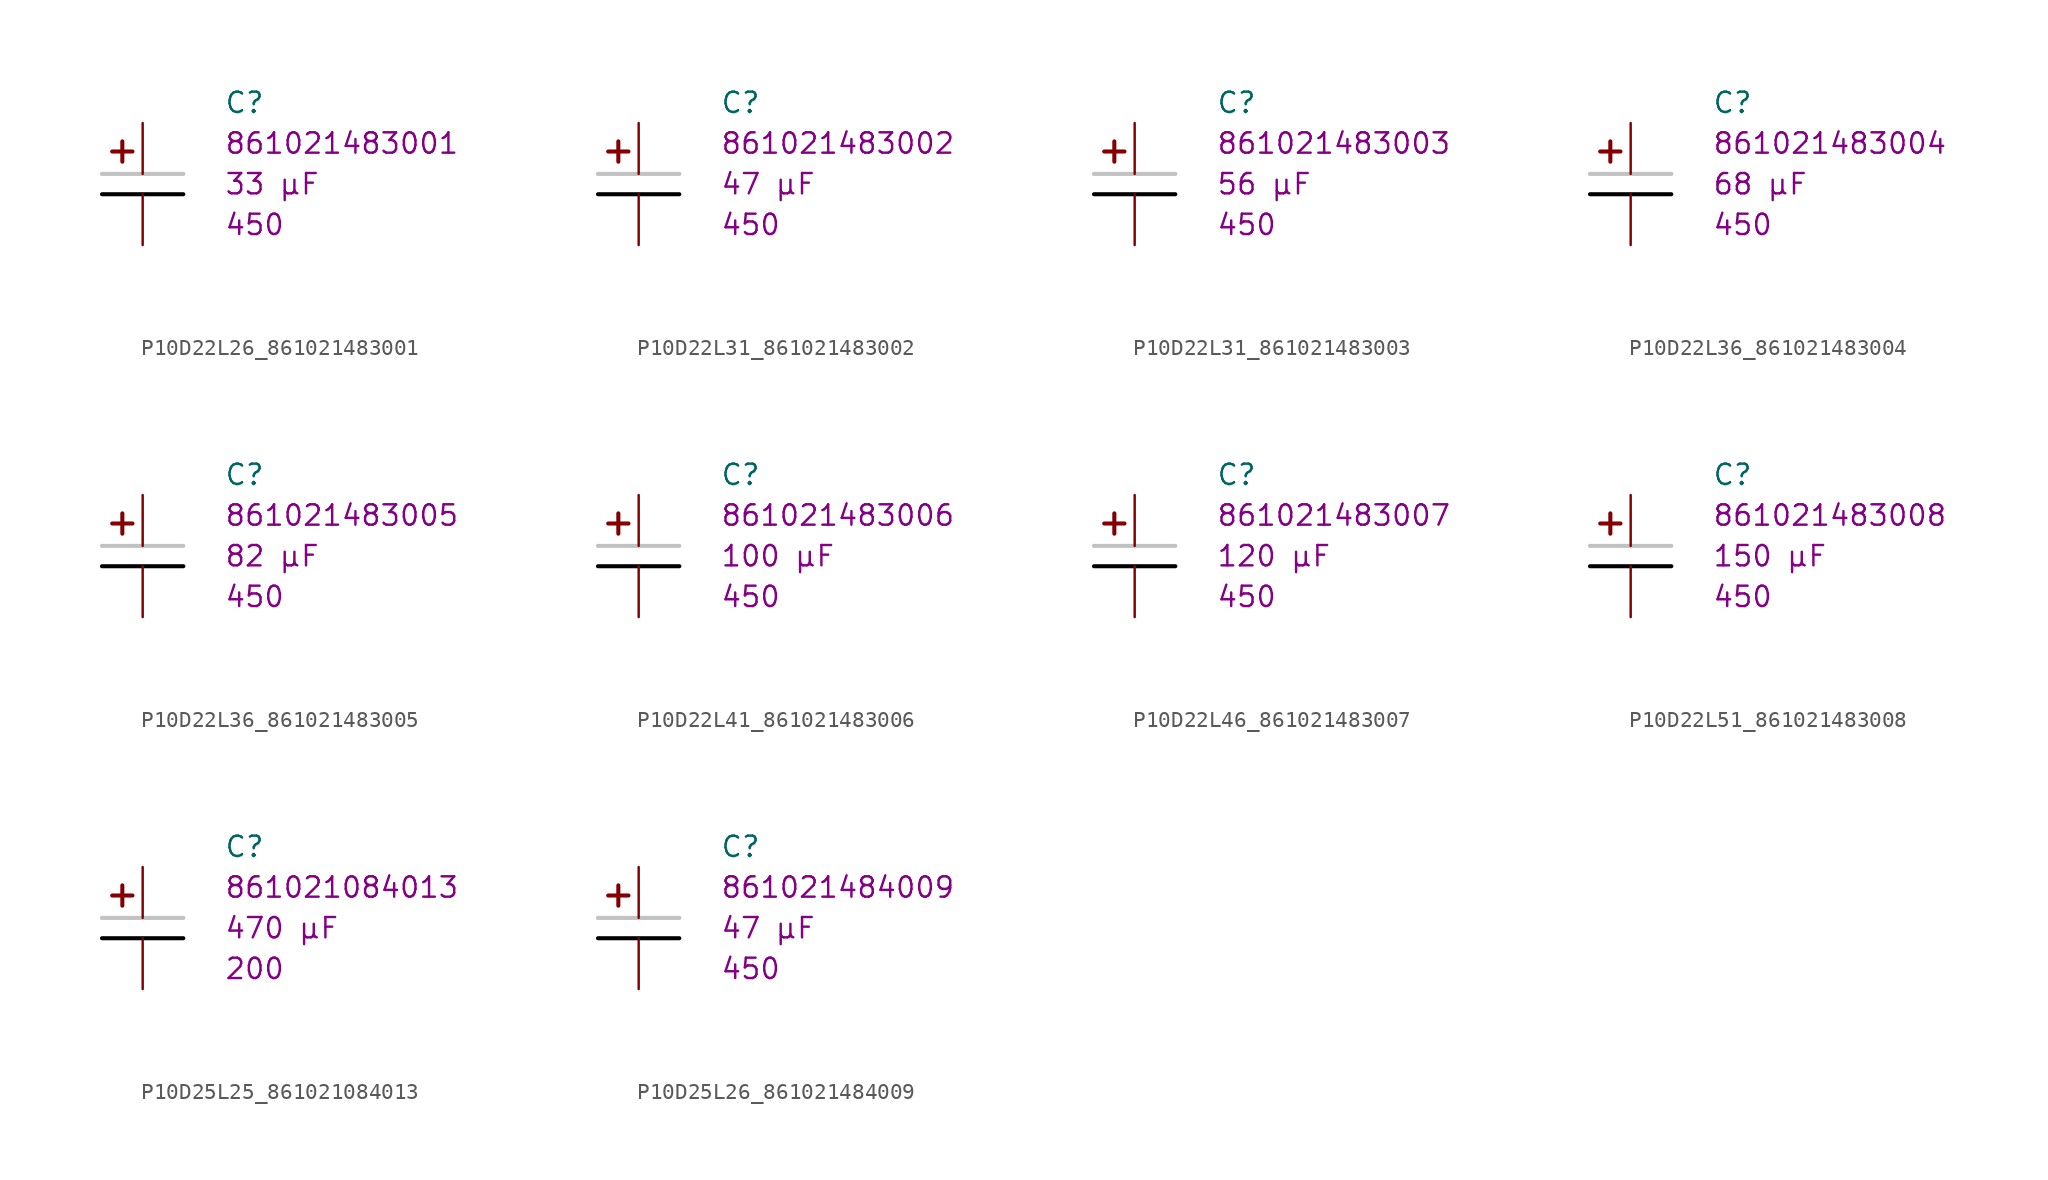
<source format=kicad_sym>
(kicad_symbol_lib
  (version 20220914)
  (generator kicad_symbol_editor)
  (symbol "P10D22L26_861021483001"
    (pin_numbers hide)
    (pin_names hide)
    (property "Reference" "C"
      (at 5.08 5.08 0)
      (effects (font (size 1.27 1.27)) (justify left)))
    (property "Part Number" "861021483001"
      (at 5.08 2.54 0)
      (effects (font (size 1.27 1.27)) (justify left)))
    (property "Capacitance" "33 µF"
      (at 5.08 0 0)
      (effects (font (size 1.27 1.27)) (justify left)))
    (property "Voltage" "450"
      (at 5.08 -2.54 0)
      (effects (font (size 1.27 1.27)) (justify left)))
    (property "Critical Parameter" ""
      (at 0 -7.62 0)
      (effects (font (size 1.27 1.27))))
    (symbol "P10D22L26_861021483001_1_1"
      (polyline (pts (xy -1.27 2.667) (xy -1.27 1.397)) (stroke (width 0.254) (type default)) (fill (type none)))
      (polyline (pts (xy -0.635 2.032) (xy -1.905 2.032)) (stroke (width 0.254) (type default)) (fill (type none)))
      (polyline (pts (xy 2.54 -0.635) (xy -2.54 -0.635)) (stroke (width 0.254) (type default) (color 0 0 0 1)) (fill (type none)))
      (polyline (pts (xy 2.54 0.635) (xy -2.54 0.635)) (stroke (width 0.254) (type default) (color 194 194 194 1)) (fill (type none)))
      (pin passive line (at 0 3.81 270) (length 3.175) (name "1" (effects (font (size 1.27 1.27)))) (number "1" (effects (font (size 1.27 1.27)))))
      (pin passive line (at 0 -3.81 90) (length 3.175) (name "2" (effects (font (size 1.27 1.27)))) (number "2" (effects (font (size 1.27 1.27)))))))
  (symbol "P10D22L31_861021483002"
    (pin_numbers hide)
    (pin_names hide)
    (property "Reference" "C"
      (at 5.08 5.08 0)
      (effects (font (size 1.27 1.27)) (justify left)))
    (property "Part Number" "861021483002"
      (at 5.08 2.54 0)
      (effects (font (size 1.27 1.27)) (justify left)))
    (property "Capacitance" "47 µF"
      (at 5.08 0 0)
      (effects (font (size 1.27 1.27)) (justify left)))
    (property "Voltage" "450"
      (at 5.08 -2.54 0)
      (effects (font (size 1.27 1.27)) (justify left)))
    (property "Critical Parameter" ""
      (at 0 -7.62 0)
      (effects (font (size 1.27 1.27))))
    (symbol "P10D22L31_861021483002_1_1"
      (polyline (pts (xy -1.27 2.667) (xy -1.27 1.397)) (stroke (width 0.254) (type default)) (fill (type none)))
      (polyline (pts (xy -0.635 2.032) (xy -1.905 2.032)) (stroke (width 0.254) (type default)) (fill (type none)))
      (polyline (pts (xy 2.54 -0.635) (xy -2.54 -0.635)) (stroke (width 0.254) (type default) (color 0 0 0 1)) (fill (type none)))
      (polyline (pts (xy 2.54 0.635) (xy -2.54 0.635)) (stroke (width 0.254) (type default) (color 194 194 194 1)) (fill (type none)))
      (pin passive line (at 0 3.81 270) (length 3.175) (name "1" (effects (font (size 1.27 1.27)))) (number "1" (effects (font (size 1.27 1.27)))))
      (pin passive line (at 0 -3.81 90) (length 3.175) (name "2" (effects (font (size 1.27 1.27)))) (number "2" (effects (font (size 1.27 1.27)))))))
  (symbol "P10D22L31_861021483003"
    (pin_numbers hide)
    (pin_names hide)
    (property "Reference" "C"
      (at 5.08 5.08 0)
      (effects (font (size 1.27 1.27)) (justify left)))
    (property "Part Number" "861021483003"
      (at 5.08 2.54 0)
      (effects (font (size 1.27 1.27)) (justify left)))
    (property "Capacitance" "56 µF"
      (at 5.08 0 0)
      (effects (font (size 1.27 1.27)) (justify left)))
    (property "Voltage" "450"
      (at 5.08 -2.54 0)
      (effects (font (size 1.27 1.27)) (justify left)))
    (property "Critical Parameter" ""
      (at 0 -7.62 0)
      (effects (font (size 1.27 1.27))))
    (symbol "P10D22L31_861021483003_1_1"
      (polyline (pts (xy -1.27 2.667) (xy -1.27 1.397)) (stroke (width 0.254) (type default)) (fill (type none)))
      (polyline (pts (xy -0.635 2.032) (xy -1.905 2.032)) (stroke (width 0.254) (type default)) (fill (type none)))
      (polyline (pts (xy 2.54 -0.635) (xy -2.54 -0.635)) (stroke (width 0.254) (type default) (color 0 0 0 1)) (fill (type none)))
      (polyline (pts (xy 2.54 0.635) (xy -2.54 0.635)) (stroke (width 0.254) (type default) (color 194 194 194 1)) (fill (type none)))
      (pin passive line (at 0 3.81 270) (length 3.175) (name "1" (effects (font (size 1.27 1.27)))) (number "1" (effects (font (size 1.27 1.27)))))
      (pin passive line (at 0 -3.81 90) (length 3.175) (name "2" (effects (font (size 1.27 1.27)))) (number "2" (effects (font (size 1.27 1.27)))))))
  (symbol "P10D22L36_861021483004"
    (pin_numbers hide)
    (pin_names hide)
    (property "Reference" "C"
      (at 5.08 5.08 0)
      (effects (font (size 1.27 1.27)) (justify left)))
    (property "Part Number" "861021483004"
      (at 5.08 2.54 0)
      (effects (font (size 1.27 1.27)) (justify left)))
    (property "Capacitance" "68 µF"
      (at 5.08 0 0)
      (effects (font (size 1.27 1.27)) (justify left)))
    (property "Voltage" "450"
      (at 5.08 -2.54 0)
      (effects (font (size 1.27 1.27)) (justify left)))
    (property "Critical Parameter" ""
      (at 0 -7.62 0)
      (effects (font (size 1.27 1.27))))
    (symbol "P10D22L36_861021483004_1_1"
      (polyline (pts (xy -1.27 2.667) (xy -1.27 1.397)) (stroke (width 0.254) (type default)) (fill (type none)))
      (polyline (pts (xy -0.635 2.032) (xy -1.905 2.032)) (stroke (width 0.254) (type default)) (fill (type none)))
      (polyline (pts (xy 2.54 -0.635) (xy -2.54 -0.635)) (stroke (width 0.254) (type default) (color 0 0 0 1)) (fill (type none)))
      (polyline (pts (xy 2.54 0.635) (xy -2.54 0.635)) (stroke (width 0.254) (type default) (color 194 194 194 1)) (fill (type none)))
      (pin passive line (at 0 3.81 270) (length 3.175) (name "1" (effects (font (size 1.27 1.27)))) (number "1" (effects (font (size 1.27 1.27)))))
      (pin passive line (at 0 -3.81 90) (length 3.175) (name "2" (effects (font (size 1.27 1.27)))) (number "2" (effects (font (size 1.27 1.27)))))))
  (symbol "P10D22L36_861021483005"
    (pin_numbers hide)
    (pin_names hide)
    (property "Reference" "C"
      (at 5.08 5.08 0)
      (effects (font (size 1.27 1.27)) (justify left)))
    (property "Part Number" "861021483005"
      (at 5.08 2.54 0)
      (effects (font (size 1.27 1.27)) (justify left)))
    (property "Capacitance" "82 µF"
      (at 5.08 0 0)
      (effects (font (size 1.27 1.27)) (justify left)))
    (property "Voltage" "450"
      (at 5.08 -2.54 0)
      (effects (font (size 1.27 1.27)) (justify left)))
    (property "Critical Parameter" ""
      (at 0 -7.62 0)
      (effects (font (size 1.27 1.27))))
    (symbol "P10D22L36_861021483005_1_1"
      (polyline (pts (xy -1.27 2.667) (xy -1.27 1.397)) (stroke (width 0.254) (type default)) (fill (type none)))
      (polyline (pts (xy -0.635 2.032) (xy -1.905 2.032)) (stroke (width 0.254) (type default)) (fill (type none)))
      (polyline (pts (xy 2.54 -0.635) (xy -2.54 -0.635)) (stroke (width 0.254) (type default) (color 0 0 0 1)) (fill (type none)))
      (polyline (pts (xy 2.54 0.635) (xy -2.54 0.635)) (stroke (width 0.254) (type default) (color 194 194 194 1)) (fill (type none)))
      (pin passive line (at 0 3.81 270) (length 3.175) (name "1" (effects (font (size 1.27 1.27)))) (number "1" (effects (font (size 1.27 1.27)))))
      (pin passive line (at 0 -3.81 90) (length 3.175) (name "2" (effects (font (size 1.27 1.27)))) (number "2" (effects (font (size 1.27 1.27)))))))
  (symbol "P10D22L41_861021483006"
    (pin_numbers hide)
    (pin_names hide)
    (property "Reference" "C"
      (at 5.08 5.08 0)
      (effects (font (size 1.27 1.27)) (justify left)))
    (property "Part Number" "861021483006"
      (at 5.08 2.54 0)
      (effects (font (size 1.27 1.27)) (justify left)))
    (property "Capacitance" "100 µF"
      (at 5.08 0 0)
      (effects (font (size 1.27 1.27)) (justify left)))
    (property "Voltage" "450"
      (at 5.08 -2.54 0)
      (effects (font (size 1.27 1.27)) (justify left)))
    (property "Critical Parameter" ""
      (at 0 -7.62 0)
      (effects (font (size 1.27 1.27))))
    (symbol "P10D22L41_861021483006_1_1"
      (polyline (pts (xy -1.27 2.667) (xy -1.27 1.397)) (stroke (width 0.254) (type default)) (fill (type none)))
      (polyline (pts (xy -0.635 2.032) (xy -1.905 2.032)) (stroke (width 0.254) (type default)) (fill (type none)))
      (polyline (pts (xy 2.54 -0.635) (xy -2.54 -0.635)) (stroke (width 0.254) (type default) (color 0 0 0 1)) (fill (type none)))
      (polyline (pts (xy 2.54 0.635) (xy -2.54 0.635)) (stroke (width 0.254) (type default) (color 194 194 194 1)) (fill (type none)))
      (pin passive line (at 0 3.81 270) (length 3.175) (name "1" (effects (font (size 1.27 1.27)))) (number "1" (effects (font (size 1.27 1.27)))))
      (pin passive line (at 0 -3.81 90) (length 3.175) (name "2" (effects (font (size 1.27 1.27)))) (number "2" (effects (font (size 1.27 1.27)))))))
  (symbol "P10D22L46_861021483007"
    (pin_numbers hide)
    (pin_names hide)
    (property "Reference" "C"
      (at 5.08 5.08 0)
      (effects (font (size 1.27 1.27)) (justify left)))
    (property "Part Number" "861021483007"
      (at 5.08 2.54 0)
      (effects (font (size 1.27 1.27)) (justify left)))
    (property "Capacitance" "120 µF"
      (at 5.08 0 0)
      (effects (font (size 1.27 1.27)) (justify left)))
    (property "Voltage" "450"
      (at 5.08 -2.54 0)
      (effects (font (size 1.27 1.27)) (justify left)))
    (property "Critical Parameter" ""
      (at 0 -7.62 0)
      (effects (font (size 1.27 1.27))))
    (symbol "P10D22L46_861021483007_1_1"
      (polyline (pts (xy -1.27 2.667) (xy -1.27 1.397)) (stroke (width 0.254) (type default)) (fill (type none)))
      (polyline (pts (xy -0.635 2.032) (xy -1.905 2.032)) (stroke (width 0.254) (type default)) (fill (type none)))
      (polyline (pts (xy 2.54 -0.635) (xy -2.54 -0.635)) (stroke (width 0.254) (type default) (color 0 0 0 1)) (fill (type none)))
      (polyline (pts (xy 2.54 0.635) (xy -2.54 0.635)) (stroke (width 0.254) (type default) (color 194 194 194 1)) (fill (type none)))
      (pin passive line (at 0 3.81 270) (length 3.175) (name "1" (effects (font (size 1.27 1.27)))) (number "1" (effects (font (size 1.27 1.27)))))
      (pin passive line (at 0 -3.81 90) (length 3.175) (name "2" (effects (font (size 1.27 1.27)))) (number "2" (effects (font (size 1.27 1.27)))))))
  (symbol "P10D22L51_861021483008"
    (pin_numbers hide)
    (pin_names hide)
    (property "Reference" "C"
      (at 5.08 5.08 0)
      (effects (font (size 1.27 1.27)) (justify left)))
    (property "Part Number" "861021483008"
      (at 5.08 2.54 0)
      (effects (font (size 1.27 1.27)) (justify left)))
    (property "Capacitance" "150 µF"
      (at 5.08 0 0)
      (effects (font (size 1.27 1.27)) (justify left)))
    (property "Voltage" "450"
      (at 5.08 -2.54 0)
      (effects (font (size 1.27 1.27)) (justify left)))
    (property "Critical Parameter" ""
      (at 0 -7.62 0)
      (effects (font (size 1.27 1.27))))
    (symbol "P10D22L51_861021483008_1_1"
      (polyline (pts (xy -1.27 2.667) (xy -1.27 1.397)) (stroke (width 0.254) (type default)) (fill (type none)))
      (polyline (pts (xy -0.635 2.032) (xy -1.905 2.032)) (stroke (width 0.254) (type default)) (fill (type none)))
      (polyline (pts (xy 2.54 -0.635) (xy -2.54 -0.635)) (stroke (width 0.254) (type default) (color 0 0 0 1)) (fill (type none)))
      (polyline (pts (xy 2.54 0.635) (xy -2.54 0.635)) (stroke (width 0.254) (type default) (color 194 194 194 1)) (fill (type none)))
      (pin passive line (at 0 3.81 270) (length 3.175) (name "1" (effects (font (size 1.27 1.27)))) (number "1" (effects (font (size 1.27 1.27)))))
      (pin passive line (at 0 -3.81 90) (length 3.175) (name "2" (effects (font (size 1.27 1.27)))) (number "2" (effects (font (size 1.27 1.27)))))))
  (symbol "P10D25L25_861021084013"
    (pin_numbers hide)
    (pin_names hide)
    (property "Reference" "C"
      (at 5.08 5.08 0)
      (effects (font (size 1.27 1.27)) (justify left)))
    (property "Part Number" "861021084013"
      (at 5.08 2.54 0)
      (effects (font (size 1.27 1.27)) (justify left)))
    (property "Capacitance" "470 µF"
      (at 5.08 0 0)
      (effects (font (size 1.27 1.27)) (justify left)))
    (property "Voltage" "200"
      (at 5.08 -2.54 0)
      (effects (font (size 1.27 1.27)) (justify left)))
    (property "Critical Parameter" ""
      (at 0 -7.62 0)
      (effects (font (size 1.27 1.27))))
    (symbol "P10D25L25_861021084013_1_1"
      (polyline (pts (xy -1.27 2.667) (xy -1.27 1.397)) (stroke (width 0.254) (type default)) (fill (type none)))
      (polyline (pts (xy -0.635 2.032) (xy -1.905 2.032)) (stroke (width 0.254) (type default)) (fill (type none)))
      (polyline (pts (xy 2.54 -0.635) (xy -2.54 -0.635)) (stroke (width 0.254) (type default) (color 0 0 0 1)) (fill (type none)))
      (polyline (pts (xy 2.54 0.635) (xy -2.54 0.635)) (stroke (width 0.254) (type default) (color 194 194 194 1)) (fill (type none)))
      (pin passive line (at 0 3.81 270) (length 3.175) (name "1" (effects (font (size 1.27 1.27)))) (number "1" (effects (font (size 1.27 1.27)))))
      (pin passive line (at 0 -3.81 90) (length 3.175) (name "2" (effects (font (size 1.27 1.27)))) (number "2" (effects (font (size 1.27 1.27)))))))
  (symbol "P10D25L26_861021484009"
    (pin_numbers hide)
    (pin_names hide)
    (property "Reference" "C"
      (at 5.08 5.08 0)
      (effects (font (size 1.27 1.27)) (justify left)))
    (property "Part Number" "861021484009"
      (at 5.08 2.54 0)
      (effects (font (size 1.27 1.27)) (justify left)))
    (property "Capacitance" "47 µF"
      (at 5.08 0 0)
      (effects (font (size 1.27 1.27)) (justify left)))
    (property "Voltage" "450"
      (at 5.08 -2.54 0)
      (effects (font (size 1.27 1.27)) (justify left)))
    (property "Critical Parameter" ""
      (at 0 -7.62 0)
      (effects (font (size 1.27 1.27))))
    (symbol "P10D25L26_861021484009_1_1"
      (polyline (pts (xy -1.27 2.667) (xy -1.27 1.397)) (stroke (width 0.254) (type default)) (fill (type none)))
      (polyline (pts (xy -0.635 2.032) (xy -1.905 2.032)) (stroke (width 0.254) (type default)) (fill (type none)))
      (polyline (pts (xy 2.54 -0.635) (xy -2.54 -0.635)) (stroke (width 0.254) (type default) (color 0 0 0 1)) (fill (type none)))
      (polyline (pts (xy 2.54 0.635) (xy -2.54 0.635)) (stroke (width 0.254) (type default) (color 194 194 194 1)) (fill (type none)))
      (pin passive line (at 0 3.81 270) (length 3.175) (name "1" (effects (font (size 1.27 1.27)))) (number "1" (effects (font (size 1.27 1.27)))))
      (pin passive line (at 0 -3.81 90) (length 3.175) (name "2" (effects (font (size 1.27 1.27)))) (number "2" (effects (font (size 1.27 1.27))))))))
</source>
